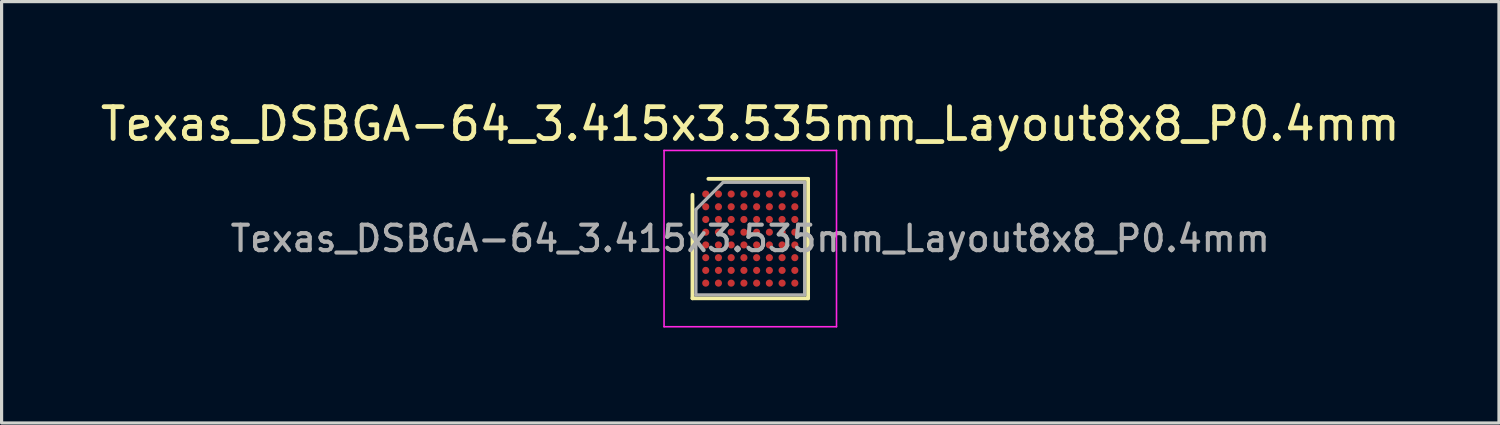
<source format=kicad_pcb>
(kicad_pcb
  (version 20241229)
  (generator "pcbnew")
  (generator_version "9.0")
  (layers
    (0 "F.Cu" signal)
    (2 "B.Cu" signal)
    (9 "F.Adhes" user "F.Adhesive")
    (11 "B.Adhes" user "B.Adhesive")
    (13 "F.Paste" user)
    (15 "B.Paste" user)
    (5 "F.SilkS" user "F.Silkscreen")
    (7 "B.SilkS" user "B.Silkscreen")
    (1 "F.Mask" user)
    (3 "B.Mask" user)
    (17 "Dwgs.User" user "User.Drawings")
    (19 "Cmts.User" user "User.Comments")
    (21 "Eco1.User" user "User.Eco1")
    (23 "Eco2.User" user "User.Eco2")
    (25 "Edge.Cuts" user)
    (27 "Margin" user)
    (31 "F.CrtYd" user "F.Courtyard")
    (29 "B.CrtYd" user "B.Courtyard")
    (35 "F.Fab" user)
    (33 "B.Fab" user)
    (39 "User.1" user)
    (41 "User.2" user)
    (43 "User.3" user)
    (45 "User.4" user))
  (footprint "Texas_DSBGA-64_3.415x3.535mm_Layout8x8_P0.4mm"
    (layer "F.Cu")
    (at 20.53 4.448)
    (property "Reference" "Texas_DSBGA-64_3.415x3.535mm_Layout8x8_P0.4mm" (at 0 -3.6 0) (layer "F.SilkS") (effects (font (size 1 1) (thickness 0.15))))
    (attr smd)
    (fp_line (start -1.817 1.877) (end -1.817 -1.377) (stroke (width 0.12) (type solid)) (layer "F.SilkS"))
    (fp_line (start 1.817 -1.877) (end -1.317 -1.877) (stroke (width 0.12) (type solid)) (layer "F.SilkS"))
    (fp_line (start 1.817 1.877) (end -1.817 1.877) (stroke (width 0.12) (type solid)) (layer "F.SilkS"))
    (fp_line (start 1.817 1.877) (end 1.817 -1.877) (stroke (width 0.12) (type solid)) (layer "F.SilkS"))
    (fp_line (start -2.71 -2.77) (end 2.71 -2.77) (stroke (width 0.05) (type solid)) (layer "F.CrtYd"))
    (fp_line (start -2.71 2.77) (end -2.71 -2.77) (stroke (width 0.05) (type solid)) (layer "F.CrtYd"))
    (fp_line (start -2.71 2.77) (end 2.71 2.77) (stroke (width 0.05) (type solid)) (layer "F.CrtYd"))
    (fp_line (start 2.71 2.77) (end 2.71 -2.77) (stroke (width 0.05) (type solid)) (layer "F.CrtYd"))
    (fp_line (start -1.708 -0.914) (end -1.708 1.768) (stroke (width 0.1) (type solid)) (layer "F.Fab"))
    (fp_line (start -1.708 -0.914) (end -0.854 -1.768) (stroke (width 0.1) (type solid)) (layer "F.Fab"))
    (fp_line (start 1.708 -1.768) (end -0.854 -1.768) (stroke (width 0.1) (type solid)) (layer "F.Fab"))
    (fp_line (start 1.708 -1.768) (end 1.708 1.768) (stroke (width 0.1) (type solid)) (layer "F.Fab"))
    (fp_line (start 1.708 1.768) (end -1.708 1.768) (stroke (width 0.1) (type solid)) (layer "F.Fab"))
    (fp_text user "${REFERENCE}" (at 0 0 0) (layer "F.Fab") (effects (font (size 0.8 0.8) (thickness 0.13))))
    (pad "A1" smd circle (at -1.4 -1.4) (size 0.225 0.225) (layers "F.Cu" "F.Mask" "F.Paste"))
    (pad "A2" smd circle (at -1 -1.4) (size 0.225 0.225) (layers "F.Cu" "F.Mask" "F.Paste"))
    (pad "A3" smd circle (at -0.6 -1.4) (size 0.225 0.225) (layers "F.Cu" "F.Mask" "F.Paste"))
    (pad "A4" smd circle (at -0.2 -1.4) (size 0.225 0.225) (layers "F.Cu" "F.Mask" "F.Paste"))
    (pad "A5" smd circle (at 0.2 -1.4) (size 0.225 0.225) (layers "F.Cu" "F.Mask" "F.Paste"))
    (pad "A6" smd circle (at 0.6 -1.4) (size 0.225 0.225) (layers "F.Cu" "F.Mask" "F.Paste"))
    (pad "A7" smd circle (at 1 -1.4) (size 0.225 0.225) (layers "F.Cu" "F.Mask" "F.Paste"))
    (pad "A8" smd circle (at 1.4 -1.4) (size 0.225 0.225) (layers "F.Cu" "F.Mask" "F.Paste"))
    (pad "B1" smd circle (at -1.4 -1) (size 0.225 0.225) (layers "F.Cu" "F.Mask" "F.Paste"))
    (pad "B2" smd circle (at -1 -1) (size 0.225 0.225) (layers "F.Cu" "F.Mask" "F.Paste"))
    (pad "B3" smd circle (at -0.6 -1) (size 0.225 0.225) (layers "F.Cu" "F.Mask" "F.Paste"))
    (pad "B4" smd circle (at -0.2 -1) (size 0.225 0.225) (layers "F.Cu" "F.Mask" "F.Paste"))
    (pad "B5" smd circle (at 0.2 -1) (size 0.225 0.225) (layers "F.Cu" "F.Mask" "F.Paste"))
    (pad "B6" smd circle (at 0.6 -1) (size 0.225 0.225) (layers "F.Cu" "F.Mask" "F.Paste"))
    (pad "B7" smd circle (at 1 -1) (size 0.225 0.225) (layers "F.Cu" "F.Mask" "F.Paste"))
    (pad "B8" smd circle (at 1.4 -1) (size 0.225 0.225) (layers "F.Cu" "F.Mask" "F.Paste"))
    (pad "C1" smd circle (at -1.4 -0.6) (size 0.225 0.225) (layers "F.Cu" "F.Mask" "F.Paste"))
    (pad "C2" smd circle (at -1 -0.6) (size 0.225 0.225) (layers "F.Cu" "F.Mask" "F.Paste"))
    (pad "C3" smd circle (at -0.6 -0.6) (size 0.225 0.225) (layers "F.Cu" "F.Mask" "F.Paste"))
    (pad "C4" smd circle (at -0.2 -0.6) (size 0.225 0.225) (layers "F.Cu" "F.Mask" "F.Paste"))
    (pad "C5" smd circle (at 0.2 -0.6) (size 0.225 0.225) (layers "F.Cu" "F.Mask" "F.Paste"))
    (pad "C6" smd circle (at 0.6 -0.6) (size 0.225 0.225) (layers "F.Cu" "F.Mask" "F.Paste"))
    (pad "C7" smd circle (at 1 -0.6) (size 0.225 0.225) (layers "F.Cu" "F.Mask" "F.Paste"))
    (pad "C8" smd circle (at 1.4 -0.6) (size 0.225 0.225) (layers "F.Cu" "F.Mask" "F.Paste"))
    (pad "D1" smd circle (at -1.4 -0.2) (size 0.225 0.225) (layers "F.Cu" "F.Mask" "F.Paste"))
    (pad "D2" smd circle (at -1 -0.2) (size 0.225 0.225) (layers "F.Cu" "F.Mask" "F.Paste"))
    (pad "D3" smd circle (at -0.6 -0.2) (size 0.225 0.225) (layers "F.Cu" "F.Mask" "F.Paste"))
    (pad "D4" smd circle (at -0.2 -0.2) (size 0.225 0.225) (layers "F.Cu" "F.Mask" "F.Paste"))
    (pad "D5" smd circle (at 0.2 -0.2) (size 0.225 0.225) (layers "F.Cu" "F.Mask" "F.Paste"))
    (pad "D6" smd circle (at 0.6 -0.2) (size 0.225 0.225) (layers "F.Cu" "F.Mask" "F.Paste"))
    (pad "D7" smd circle (at 1 -0.2) (size 0.225 0.225) (layers "F.Cu" "F.Mask" "F.Paste"))
    (pad "D8" smd circle (at 1.4 -0.2) (size 0.225 0.225) (layers "F.Cu" "F.Mask" "F.Paste"))
    (pad "E1" smd circle (at -1.4 0.2) (size 0.225 0.225) (layers "F.Cu" "F.Mask" "F.Paste"))
    (pad "E2" smd circle (at -1 0.2) (size 0.225 0.225) (layers "F.Cu" "F.Mask" "F.Paste"))
    (pad "E3" smd circle (at -0.6 0.2) (size 0.225 0.225) (layers "F.Cu" "F.Mask" "F.Paste"))
    (pad "E4" smd circle (at -0.2 0.2) (size 0.225 0.225) (layers "F.Cu" "F.Mask" "F.Paste"))
    (pad "E5" smd circle (at 0.2 0.2) (size 0.225 0.225) (layers "F.Cu" "F.Mask" "F.Paste"))
    (pad "E6" smd circle (at 0.6 0.2) (size 0.225 0.225) (layers "F.Cu" "F.Mask" "F.Paste"))
    (pad "E7" smd circle (at 1 0.2) (size 0.225 0.225) (layers "F.Cu" "F.Mask" "F.Paste"))
    (pad "E8" smd circle (at 1.4 0.2) (size 0.225 0.225) (layers "F.Cu" "F.Mask" "F.Paste"))
    (pad "F1" smd circle (at -1.4 0.6) (size 0.225 0.225) (layers "F.Cu" "F.Mask" "F.Paste"))
    (pad "F2" smd circle (at -1 0.6) (size 0.225 0.225) (layers "F.Cu" "F.Mask" "F.Paste"))
    (pad "F3" smd circle (at -0.6 0.6) (size 0.225 0.225) (layers "F.Cu" "F.Mask" "F.Paste"))
    (pad "F4" smd circle (at -0.2 0.6) (size 0.225 0.225) (layers "F.Cu" "F.Mask" "F.Paste"))
    (pad "F5" smd circle (at 0.2 0.6) (size 0.225 0.225) (layers "F.Cu" "F.Mask" "F.Paste"))
    (pad "F6" smd circle (at 0.6 0.6) (size 0.225 0.225) (layers "F.Cu" "F.Mask" "F.Paste"))
    (pad "F7" smd circle (at 1 0.6) (size 0.225 0.225) (layers "F.Cu" "F.Mask" "F.Paste"))
    (pad "F8" smd circle (at 1.4 0.6) (size 0.225 0.225) (layers "F.Cu" "F.Mask" "F.Paste"))
    (pad "G1" smd circle (at -1.4 1) (size 0.225 0.225) (layers "F.Cu" "F.Mask" "F.Paste"))
    (pad "G2" smd circle (at -1 1) (size 0.225 0.225) (layers "F.Cu" "F.Mask" "F.Paste"))
    (pad "G3" smd circle (at -0.6 1) (size 0.225 0.225) (layers "F.Cu" "F.Mask" "F.Paste"))
    (pad "G4" smd circle (at -0.2 1) (size 0.225 0.225) (layers "F.Cu" "F.Mask" "F.Paste"))
    (pad "G5" smd circle (at 0.2 1) (size 0.225 0.225) (layers "F.Cu" "F.Mask" "F.Paste"))
    (pad "G6" smd circle (at 0.6 1) (size 0.225 0.225) (layers "F.Cu" "F.Mask" "F.Paste"))
    (pad "G7" smd circle (at 1 1) (size 0.225 0.225) (layers "F.Cu" "F.Mask" "F.Paste"))
    (pad "G8" smd circle (at 1.4 1) (size 0.225 0.225) (layers "F.Cu" "F.Mask" "F.Paste"))
    (pad "H1" smd circle (at -1.4 1.4) (size 0.225 0.225) (layers "F.Cu" "F.Mask" "F.Paste"))
    (pad "H2" smd circle (at -1 1.4) (size 0.225 0.225) (layers "F.Cu" "F.Mask" "F.Paste"))
    (pad "H3" smd circle (at -0.6 1.4) (size 0.225 0.225) (layers "F.Cu" "F.Mask" "F.Paste"))
    (pad "H4" smd circle (at -0.2 1.4) (size 0.225 0.225) (layers "F.Cu" "F.Mask" "F.Paste"))
    (pad "H5" smd circle (at 0.2 1.4) (size 0.225 0.225) (layers "F.Cu" "F.Mask" "F.Paste"))
    (pad "H6" smd circle (at 0.6 1.4) (size 0.225 0.225) (layers "F.Cu" "F.Mask" "F.Paste"))
    (pad "H7" smd circle (at 1 1.4) (size 0.225 0.225) (layers "F.Cu" "F.Mask" "F.Paste"))
    (pad "H8" smd circle (at 1.4 1.4) (size 0.225 0.225) (layers "F.Cu" "F.Mask" "F.Paste")))
  (gr_rect
    (start -3 -3)
    (end 44.06 10.243)
    (stroke (width 0.1) (type default))
    (fill no)
    (layer "Edge.Cuts")))
</source>
